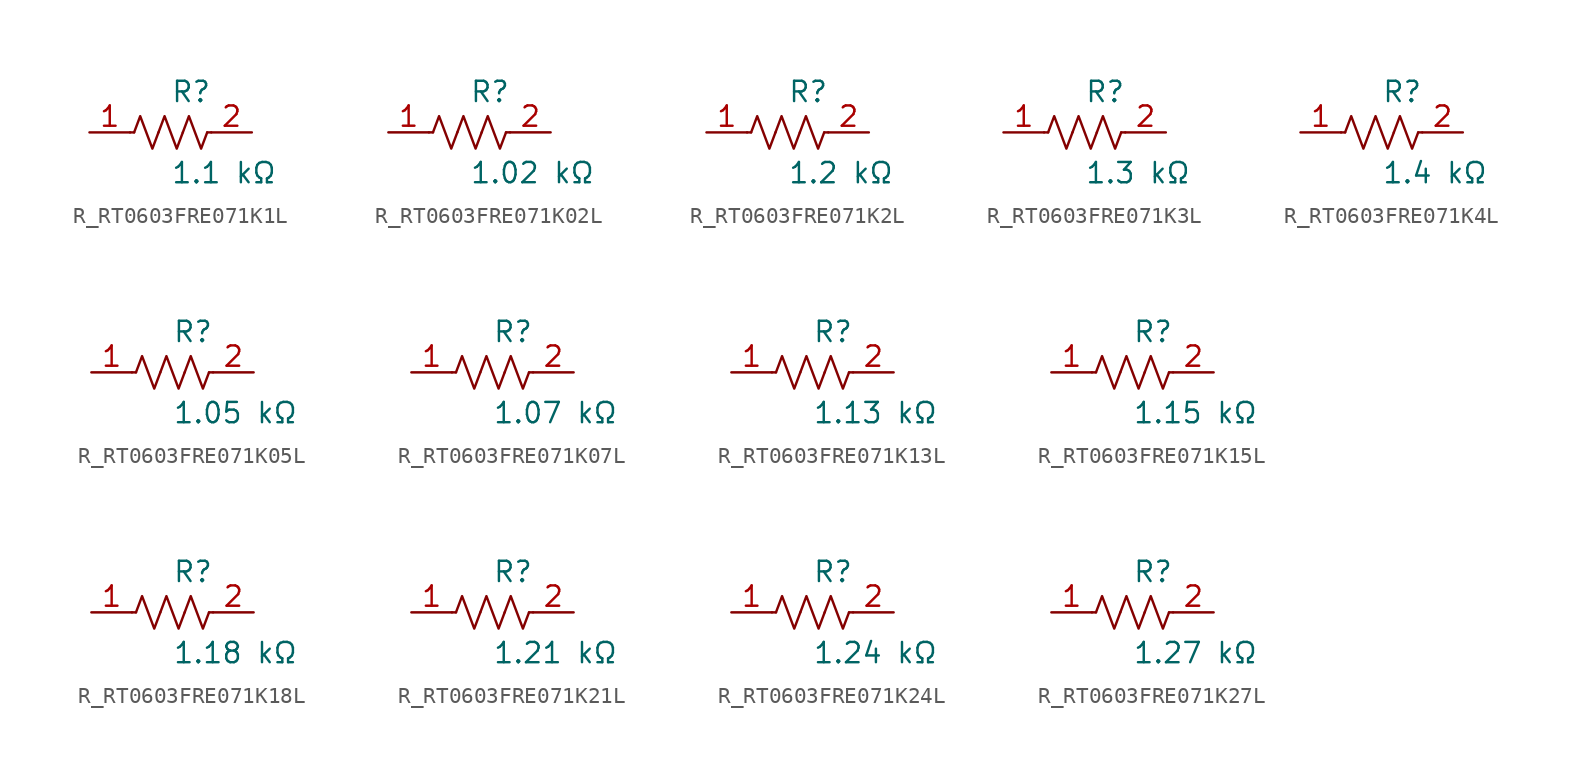
<source format=kicad_sym>
(kicad_symbol_lib
  (version 20231120)
  (generator kicad_symbol_editor)
  (generator_version 8.0)
  (symbol "R_RT0603FRE071K1L"
    (pin_names
      (offset 0.254))
    (property "Reference" "R"
      (at 0.0 2.54 0)
      (effects (font (size 1.27 1.27)) (justify left)))
    (property "Value" "1.1 kΩ"
      (at 0.0 -2.54 0)
      (effects (font (size 1.27 1.27)) (justify left)))
    (symbol "R_RT0603FRE071K1L_0_1"
      (polyline (pts (xy 2.286 0) (xy 2.54 0)) (stroke (width 0) (type default)) (fill (type none)))
      (polyline (pts (xy -2.286 0) (xy -2.54 0)) (stroke (width 0) (type default)) (fill (type none)))
      (polyline (pts (xy 0.762 0) (xy 1.143 1.016) (xy 1.524 0) (xy 1.905 -1.016) (xy 2.286 0)) (stroke (width 0) (type default)) (fill (type none)))
      (polyline (pts (xy -0.762 0) (xy -0.381 1.016) (xy 0 0) (xy 0.381 -1.016) (xy 0.762 0)) (stroke (width 0) (type default)) (fill (type none)))
      (polyline (pts (xy -2.286 0) (xy -1.905 1.016) (xy -1.524 0) (xy -1.143 -1.016) (xy -0.762 0)) (stroke (width 0) (type default)) (fill (type none))))
    (pin unspecified line
      (at -5.08 0 0)
      (length 2.54)
      (name "" (effects (font (size 1.27 1.27))))
      (number "1" (effects (font (size 1.27 1.27)))))
    (pin unspecified line
      (at 5.08 0 180)
      (length 2.54)
      (name "" (effects (font (size 1.27 1.27))))
      (number "2" (effects (font (size 1.27 1.27))))))
  (symbol "R_RT0603FRE071K02L"
    (pin_names
      (offset 0.254))
    (property "Reference" "R"
      (at 0.0 2.54 0)
      (effects (font (size 1.27 1.27)) (justify left)))
    (property "Value" "1.02 kΩ"
      (at 0.0 -2.54 0)
      (effects (font (size 1.27 1.27)) (justify left)))
    (symbol "R_RT0603FRE071K02L_0_1"
      (polyline (pts (xy 2.286 0) (xy 2.54 0)) (stroke (width 0) (type default)) (fill (type none)))
      (polyline (pts (xy -2.286 0) (xy -2.54 0)) (stroke (width 0) (type default)) (fill (type none)))
      (polyline (pts (xy 0.762 0) (xy 1.143 1.016) (xy 1.524 0) (xy 1.905 -1.016) (xy 2.286 0)) (stroke (width 0) (type default)) (fill (type none)))
      (polyline (pts (xy -0.762 0) (xy -0.381 1.016) (xy 0 0) (xy 0.381 -1.016) (xy 0.762 0)) (stroke (width 0) (type default)) (fill (type none)))
      (polyline (pts (xy -2.286 0) (xy -1.905 1.016) (xy -1.524 0) (xy -1.143 -1.016) (xy -0.762 0)) (stroke (width 0) (type default)) (fill (type none))))
    (pin unspecified line
      (at -5.08 0 0)
      (length 2.54)
      (name "" (effects (font (size 1.27 1.27))))
      (number "1" (effects (font (size 1.27 1.27)))))
    (pin unspecified line
      (at 5.08 0 180)
      (length 2.54)
      (name "" (effects (font (size 1.27 1.27))))
      (number "2" (effects (font (size 1.27 1.27))))))
  (symbol "R_RT0603FRE071K2L"
    (pin_names
      (offset 0.254))
    (property "Reference" "R"
      (at 0.0 2.54 0)
      (effects (font (size 1.27 1.27)) (justify left)))
    (property "Value" "1.2 kΩ"
      (at 0.0 -2.54 0)
      (effects (font (size 1.27 1.27)) (justify left)))
    (symbol "R_RT0603FRE071K2L_0_1"
      (polyline (pts (xy 2.286 0) (xy 2.54 0)) (stroke (width 0) (type default)) (fill (type none)))
      (polyline (pts (xy -2.286 0) (xy -2.54 0)) (stroke (width 0) (type default)) (fill (type none)))
      (polyline (pts (xy 0.762 0) (xy 1.143 1.016) (xy 1.524 0) (xy 1.905 -1.016) (xy 2.286 0)) (stroke (width 0) (type default)) (fill (type none)))
      (polyline (pts (xy -0.762 0) (xy -0.381 1.016) (xy 0 0) (xy 0.381 -1.016) (xy 0.762 0)) (stroke (width 0) (type default)) (fill (type none)))
      (polyline (pts (xy -2.286 0) (xy -1.905 1.016) (xy -1.524 0) (xy -1.143 -1.016) (xy -0.762 0)) (stroke (width 0) (type default)) (fill (type none))))
    (pin unspecified line
      (at -5.08 0 0)
      (length 2.54)
      (name "" (effects (font (size 1.27 1.27))))
      (number "1" (effects (font (size 1.27 1.27)))))
    (pin unspecified line
      (at 5.08 0 180)
      (length 2.54)
      (name "" (effects (font (size 1.27 1.27))))
      (number "2" (effects (font (size 1.27 1.27))))))
  (symbol "R_RT0603FRE071K3L"
    (pin_names
      (offset 0.254))
    (property "Reference" "R"
      (at 0.0 2.54 0)
      (effects (font (size 1.27 1.27)) (justify left)))
    (property "Value" "1.3 kΩ"
      (at 0.0 -2.54 0)
      (effects (font (size 1.27 1.27)) (justify left)))
    (symbol "R_RT0603FRE071K3L_0_1"
      (polyline (pts (xy 2.286 0) (xy 2.54 0)) (stroke (width 0) (type default)) (fill (type none)))
      (polyline (pts (xy -2.286 0) (xy -2.54 0)) (stroke (width 0) (type default)) (fill (type none)))
      (polyline (pts (xy 0.762 0) (xy 1.143 1.016) (xy 1.524 0) (xy 1.905 -1.016) (xy 2.286 0)) (stroke (width 0) (type default)) (fill (type none)))
      (polyline (pts (xy -0.762 0) (xy -0.381 1.016) (xy 0 0) (xy 0.381 -1.016) (xy 0.762 0)) (stroke (width 0) (type default)) (fill (type none)))
      (polyline (pts (xy -2.286 0) (xy -1.905 1.016) (xy -1.524 0) (xy -1.143 -1.016) (xy -0.762 0)) (stroke (width 0) (type default)) (fill (type none))))
    (pin unspecified line
      (at -5.08 0 0)
      (length 2.54)
      (name "" (effects (font (size 1.27 1.27))))
      (number "1" (effects (font (size 1.27 1.27)))))
    (pin unspecified line
      (at 5.08 0 180)
      (length 2.54)
      (name "" (effects (font (size 1.27 1.27))))
      (number "2" (effects (font (size 1.27 1.27))))))
  (symbol "R_RT0603FRE071K4L"
    (pin_names
      (offset 0.254))
    (property "Reference" "R"
      (at 0.0 2.54 0)
      (effects (font (size 1.27 1.27)) (justify left)))
    (property "Value" "1.4 kΩ"
      (at 0.0 -2.54 0)
      (effects (font (size 1.27 1.27)) (justify left)))
    (symbol "R_RT0603FRE071K4L_0_1"
      (polyline (pts (xy 2.286 0) (xy 2.54 0)) (stroke (width 0) (type default)) (fill (type none)))
      (polyline (pts (xy -2.286 0) (xy -2.54 0)) (stroke (width 0) (type default)) (fill (type none)))
      (polyline (pts (xy 0.762 0) (xy 1.143 1.016) (xy 1.524 0) (xy 1.905 -1.016) (xy 2.286 0)) (stroke (width 0) (type default)) (fill (type none)))
      (polyline (pts (xy -0.762 0) (xy -0.381 1.016) (xy 0 0) (xy 0.381 -1.016) (xy 0.762 0)) (stroke (width 0) (type default)) (fill (type none)))
      (polyline (pts (xy -2.286 0) (xy -1.905 1.016) (xy -1.524 0) (xy -1.143 -1.016) (xy -0.762 0)) (stroke (width 0) (type default)) (fill (type none))))
    (pin unspecified line
      (at -5.08 0 0)
      (length 2.54)
      (name "" (effects (font (size 1.27 1.27))))
      (number "1" (effects (font (size 1.27 1.27)))))
    (pin unspecified line
      (at 5.08 0 180)
      (length 2.54)
      (name "" (effects (font (size 1.27 1.27))))
      (number "2" (effects (font (size 1.27 1.27))))))
  (symbol "R_RT0603FRE071K05L"
    (pin_names
      (offset 0.254))
    (property "Reference" "R"
      (at 0.0 2.54 0)
      (effects (font (size 1.27 1.27)) (justify left)))
    (property "Value" "1.05 kΩ"
      (at 0.0 -2.54 0)
      (effects (font (size 1.27 1.27)) (justify left)))
    (symbol "R_RT0603FRE071K05L_0_1"
      (polyline (pts (xy 2.286 0) (xy 2.54 0)) (stroke (width 0) (type default)) (fill (type none)))
      (polyline (pts (xy -2.286 0) (xy -2.54 0)) (stroke (width 0) (type default)) (fill (type none)))
      (polyline (pts (xy 0.762 0) (xy 1.143 1.016) (xy 1.524 0) (xy 1.905 -1.016) (xy 2.286 0)) (stroke (width 0) (type default)) (fill (type none)))
      (polyline (pts (xy -0.762 0) (xy -0.381 1.016) (xy 0 0) (xy 0.381 -1.016) (xy 0.762 0)) (stroke (width 0) (type default)) (fill (type none)))
      (polyline (pts (xy -2.286 0) (xy -1.905 1.016) (xy -1.524 0) (xy -1.143 -1.016) (xy -0.762 0)) (stroke (width 0) (type default)) (fill (type none))))
    (pin unspecified line
      (at -5.08 0 0)
      (length 2.54)
      (name "" (effects (font (size 1.27 1.27))))
      (number "1" (effects (font (size 1.27 1.27)))))
    (pin unspecified line
      (at 5.08 0 180)
      (length 2.54)
      (name "" (effects (font (size 1.27 1.27))))
      (number "2" (effects (font (size 1.27 1.27))))))
  (symbol "R_RT0603FRE071K07L"
    (pin_names
      (offset 0.254))
    (property "Reference" "R"
      (at 0.0 2.54 0)
      (effects (font (size 1.27 1.27)) (justify left)))
    (property "Value" "1.07 kΩ"
      (at 0.0 -2.54 0)
      (effects (font (size 1.27 1.27)) (justify left)))
    (symbol "R_RT0603FRE071K07L_0_1"
      (polyline (pts (xy 2.286 0) (xy 2.54 0)) (stroke (width 0) (type default)) (fill (type none)))
      (polyline (pts (xy -2.286 0) (xy -2.54 0)) (stroke (width 0) (type default)) (fill (type none)))
      (polyline (pts (xy 0.762 0) (xy 1.143 1.016) (xy 1.524 0) (xy 1.905 -1.016) (xy 2.286 0)) (stroke (width 0) (type default)) (fill (type none)))
      (polyline (pts (xy -0.762 0) (xy -0.381 1.016) (xy 0 0) (xy 0.381 -1.016) (xy 0.762 0)) (stroke (width 0) (type default)) (fill (type none)))
      (polyline (pts (xy -2.286 0) (xy -1.905 1.016) (xy -1.524 0) (xy -1.143 -1.016) (xy -0.762 0)) (stroke (width 0) (type default)) (fill (type none))))
    (pin unspecified line
      (at -5.08 0 0)
      (length 2.54)
      (name "" (effects (font (size 1.27 1.27))))
      (number "1" (effects (font (size 1.27 1.27)))))
    (pin unspecified line
      (at 5.08 0 180)
      (length 2.54)
      (name "" (effects (font (size 1.27 1.27))))
      (number "2" (effects (font (size 1.27 1.27))))))
  (symbol "R_RT0603FRE071K13L"
    (pin_names
      (offset 0.254))
    (property "Reference" "R"
      (at 0.0 2.54 0)
      (effects (font (size 1.27 1.27)) (justify left)))
    (property "Value" "1.13 kΩ"
      (at 0.0 -2.54 0)
      (effects (font (size 1.27 1.27)) (justify left)))
    (symbol "R_RT0603FRE071K13L_0_1"
      (polyline (pts (xy 2.286 0) (xy 2.54 0)) (stroke (width 0) (type default)) (fill (type none)))
      (polyline (pts (xy -2.286 0) (xy -2.54 0)) (stroke (width 0) (type default)) (fill (type none)))
      (polyline (pts (xy 0.762 0) (xy 1.143 1.016) (xy 1.524 0) (xy 1.905 -1.016) (xy 2.286 0)) (stroke (width 0) (type default)) (fill (type none)))
      (polyline (pts (xy -0.762 0) (xy -0.381 1.016) (xy 0 0) (xy 0.381 -1.016) (xy 0.762 0)) (stroke (width 0) (type default)) (fill (type none)))
      (polyline (pts (xy -2.286 0) (xy -1.905 1.016) (xy -1.524 0) (xy -1.143 -1.016) (xy -0.762 0)) (stroke (width 0) (type default)) (fill (type none))))
    (pin unspecified line
      (at -5.08 0 0)
      (length 2.54)
      (name "" (effects (font (size 1.27 1.27))))
      (number "1" (effects (font (size 1.27 1.27)))))
    (pin unspecified line
      (at 5.08 0 180)
      (length 2.54)
      (name "" (effects (font (size 1.27 1.27))))
      (number "2" (effects (font (size 1.27 1.27))))))
  (symbol "R_RT0603FRE071K15L"
    (pin_names
      (offset 0.254))
    (property "Reference" "R"
      (at 0.0 2.54 0)
      (effects (font (size 1.27 1.27)) (justify left)))
    (property "Value" "1.15 kΩ"
      (at 0.0 -2.54 0)
      (effects (font (size 1.27 1.27)) (justify left)))
    (symbol "R_RT0603FRE071K15L_0_1"
      (polyline (pts (xy 2.286 0) (xy 2.54 0)) (stroke (width 0) (type default)) (fill (type none)))
      (polyline (pts (xy -2.286 0) (xy -2.54 0)) (stroke (width 0) (type default)) (fill (type none)))
      (polyline (pts (xy 0.762 0) (xy 1.143 1.016) (xy 1.524 0) (xy 1.905 -1.016) (xy 2.286 0)) (stroke (width 0) (type default)) (fill (type none)))
      (polyline (pts (xy -0.762 0) (xy -0.381 1.016) (xy 0 0) (xy 0.381 -1.016) (xy 0.762 0)) (stroke (width 0) (type default)) (fill (type none)))
      (polyline (pts (xy -2.286 0) (xy -1.905 1.016) (xy -1.524 0) (xy -1.143 -1.016) (xy -0.762 0)) (stroke (width 0) (type default)) (fill (type none))))
    (pin unspecified line
      (at -5.08 0 0)
      (length 2.54)
      (name "" (effects (font (size 1.27 1.27))))
      (number "1" (effects (font (size 1.27 1.27)))))
    (pin unspecified line
      (at 5.08 0 180)
      (length 2.54)
      (name "" (effects (font (size 1.27 1.27))))
      (number "2" (effects (font (size 1.27 1.27))))))
  (symbol "R_RT0603FRE071K18L"
    (pin_names
      (offset 0.254))
    (property "Reference" "R"
      (at 0.0 2.54 0)
      (effects (font (size 1.27 1.27)) (justify left)))
    (property "Value" "1.18 kΩ"
      (at 0.0 -2.54 0)
      (effects (font (size 1.27 1.27)) (justify left)))
    (symbol "R_RT0603FRE071K18L_0_1"
      (polyline (pts (xy 2.286 0) (xy 2.54 0)) (stroke (width 0) (type default)) (fill (type none)))
      (polyline (pts (xy -2.286 0) (xy -2.54 0)) (stroke (width 0) (type default)) (fill (type none)))
      (polyline (pts (xy 0.762 0) (xy 1.143 1.016) (xy 1.524 0) (xy 1.905 -1.016) (xy 2.286 0)) (stroke (width 0) (type default)) (fill (type none)))
      (polyline (pts (xy -0.762 0) (xy -0.381 1.016) (xy 0 0) (xy 0.381 -1.016) (xy 0.762 0)) (stroke (width 0) (type default)) (fill (type none)))
      (polyline (pts (xy -2.286 0) (xy -1.905 1.016) (xy -1.524 0) (xy -1.143 -1.016) (xy -0.762 0)) (stroke (width 0) (type default)) (fill (type none))))
    (pin unspecified line
      (at -5.08 0 0)
      (length 2.54)
      (name "" (effects (font (size 1.27 1.27))))
      (number "1" (effects (font (size 1.27 1.27)))))
    (pin unspecified line
      (at 5.08 0 180)
      (length 2.54)
      (name "" (effects (font (size 1.27 1.27))))
      (number "2" (effects (font (size 1.27 1.27))))))
  (symbol "R_RT0603FRE071K21L"
    (pin_names
      (offset 0.254))
    (property "Reference" "R"
      (at 0.0 2.54 0)
      (effects (font (size 1.27 1.27)) (justify left)))
    (property "Value" "1.21 kΩ"
      (at 0.0 -2.54 0)
      (effects (font (size 1.27 1.27)) (justify left)))
    (symbol "R_RT0603FRE071K21L_0_1"
      (polyline (pts (xy 2.286 0) (xy 2.54 0)) (stroke (width 0) (type default)) (fill (type none)))
      (polyline (pts (xy -2.286 0) (xy -2.54 0)) (stroke (width 0) (type default)) (fill (type none)))
      (polyline (pts (xy 0.762 0) (xy 1.143 1.016) (xy 1.524 0) (xy 1.905 -1.016) (xy 2.286 0)) (stroke (width 0) (type default)) (fill (type none)))
      (polyline (pts (xy -0.762 0) (xy -0.381 1.016) (xy 0 0) (xy 0.381 -1.016) (xy 0.762 0)) (stroke (width 0) (type default)) (fill (type none)))
      (polyline (pts (xy -2.286 0) (xy -1.905 1.016) (xy -1.524 0) (xy -1.143 -1.016) (xy -0.762 0)) (stroke (width 0) (type default)) (fill (type none))))
    (pin unspecified line
      (at -5.08 0 0)
      (length 2.54)
      (name "" (effects (font (size 1.27 1.27))))
      (number "1" (effects (font (size 1.27 1.27)))))
    (pin unspecified line
      (at 5.08 0 180)
      (length 2.54)
      (name "" (effects (font (size 1.27 1.27))))
      (number "2" (effects (font (size 1.27 1.27))))))
  (symbol "R_RT0603FRE071K24L"
    (pin_names
      (offset 0.254))
    (property "Reference" "R"
      (at 0.0 2.54 0)
      (effects (font (size 1.27 1.27)) (justify left)))
    (property "Value" "1.24 kΩ"
      (at 0.0 -2.54 0)
      (effects (font (size 1.27 1.27)) (justify left)))
    (symbol "R_RT0603FRE071K24L_0_1"
      (polyline (pts (xy 2.286 0) (xy 2.54 0)) (stroke (width 0) (type default)) (fill (type none)))
      (polyline (pts (xy -2.286 0) (xy -2.54 0)) (stroke (width 0) (type default)) (fill (type none)))
      (polyline (pts (xy 0.762 0) (xy 1.143 1.016) (xy 1.524 0) (xy 1.905 -1.016) (xy 2.286 0)) (stroke (width 0) (type default)) (fill (type none)))
      (polyline (pts (xy -0.762 0) (xy -0.381 1.016) (xy 0 0) (xy 0.381 -1.016) (xy 0.762 0)) (stroke (width 0) (type default)) (fill (type none)))
      (polyline (pts (xy -2.286 0) (xy -1.905 1.016) (xy -1.524 0) (xy -1.143 -1.016) (xy -0.762 0)) (stroke (width 0) (type default)) (fill (type none))))
    (pin unspecified line
      (at -5.08 0 0)
      (length 2.54)
      (name "" (effects (font (size 1.27 1.27))))
      (number "1" (effects (font (size 1.27 1.27)))))
    (pin unspecified line
      (at 5.08 0 180)
      (length 2.54)
      (name "" (effects (font (size 1.27 1.27))))
      (number "2" (effects (font (size 1.27 1.27))))))
  (symbol "R_RT0603FRE071K27L"
    (pin_names
      (offset 0.254))
    (property "Reference" "R"
      (at 0.0 2.54 0)
      (effects (font (size 1.27 1.27)) (justify left)))
    (property "Value" "1.27 kΩ"
      (at 0.0 -2.54 0)
      (effects (font (size 1.27 1.27)) (justify left)))
    (symbol "R_RT0603FRE071K27L_0_1"
      (polyline (pts (xy 2.286 0) (xy 2.54 0)) (stroke (width 0) (type default)) (fill (type none)))
      (polyline (pts (xy -2.286 0) (xy -2.54 0)) (stroke (width 0) (type default)) (fill (type none)))
      (polyline (pts (xy 0.762 0) (xy 1.143 1.016) (xy 1.524 0) (xy 1.905 -1.016) (xy 2.286 0)) (stroke (width 0) (type default)) (fill (type none)))
      (polyline (pts (xy -0.762 0) (xy -0.381 1.016) (xy 0 0) (xy 0.381 -1.016) (xy 0.762 0)) (stroke (width 0) (type default)) (fill (type none)))
      (polyline (pts (xy -2.286 0) (xy -1.905 1.016) (xy -1.524 0) (xy -1.143 -1.016) (xy -0.762 0)) (stroke (width 0) (type default)) (fill (type none))))
    (pin unspecified line
      (at -5.08 0 0)
      (length 2.54)
      (name "" (effects (font (size 1.27 1.27))))
      (number "1" (effects (font (size 1.27 1.27)))))
    (pin unspecified line
      (at 5.08 0 180)
      (length 2.54)
      (name "" (effects (font (size 1.27 1.27))))
      (number "2" (effects (font (size 1.27 1.27)))))))
</source>
